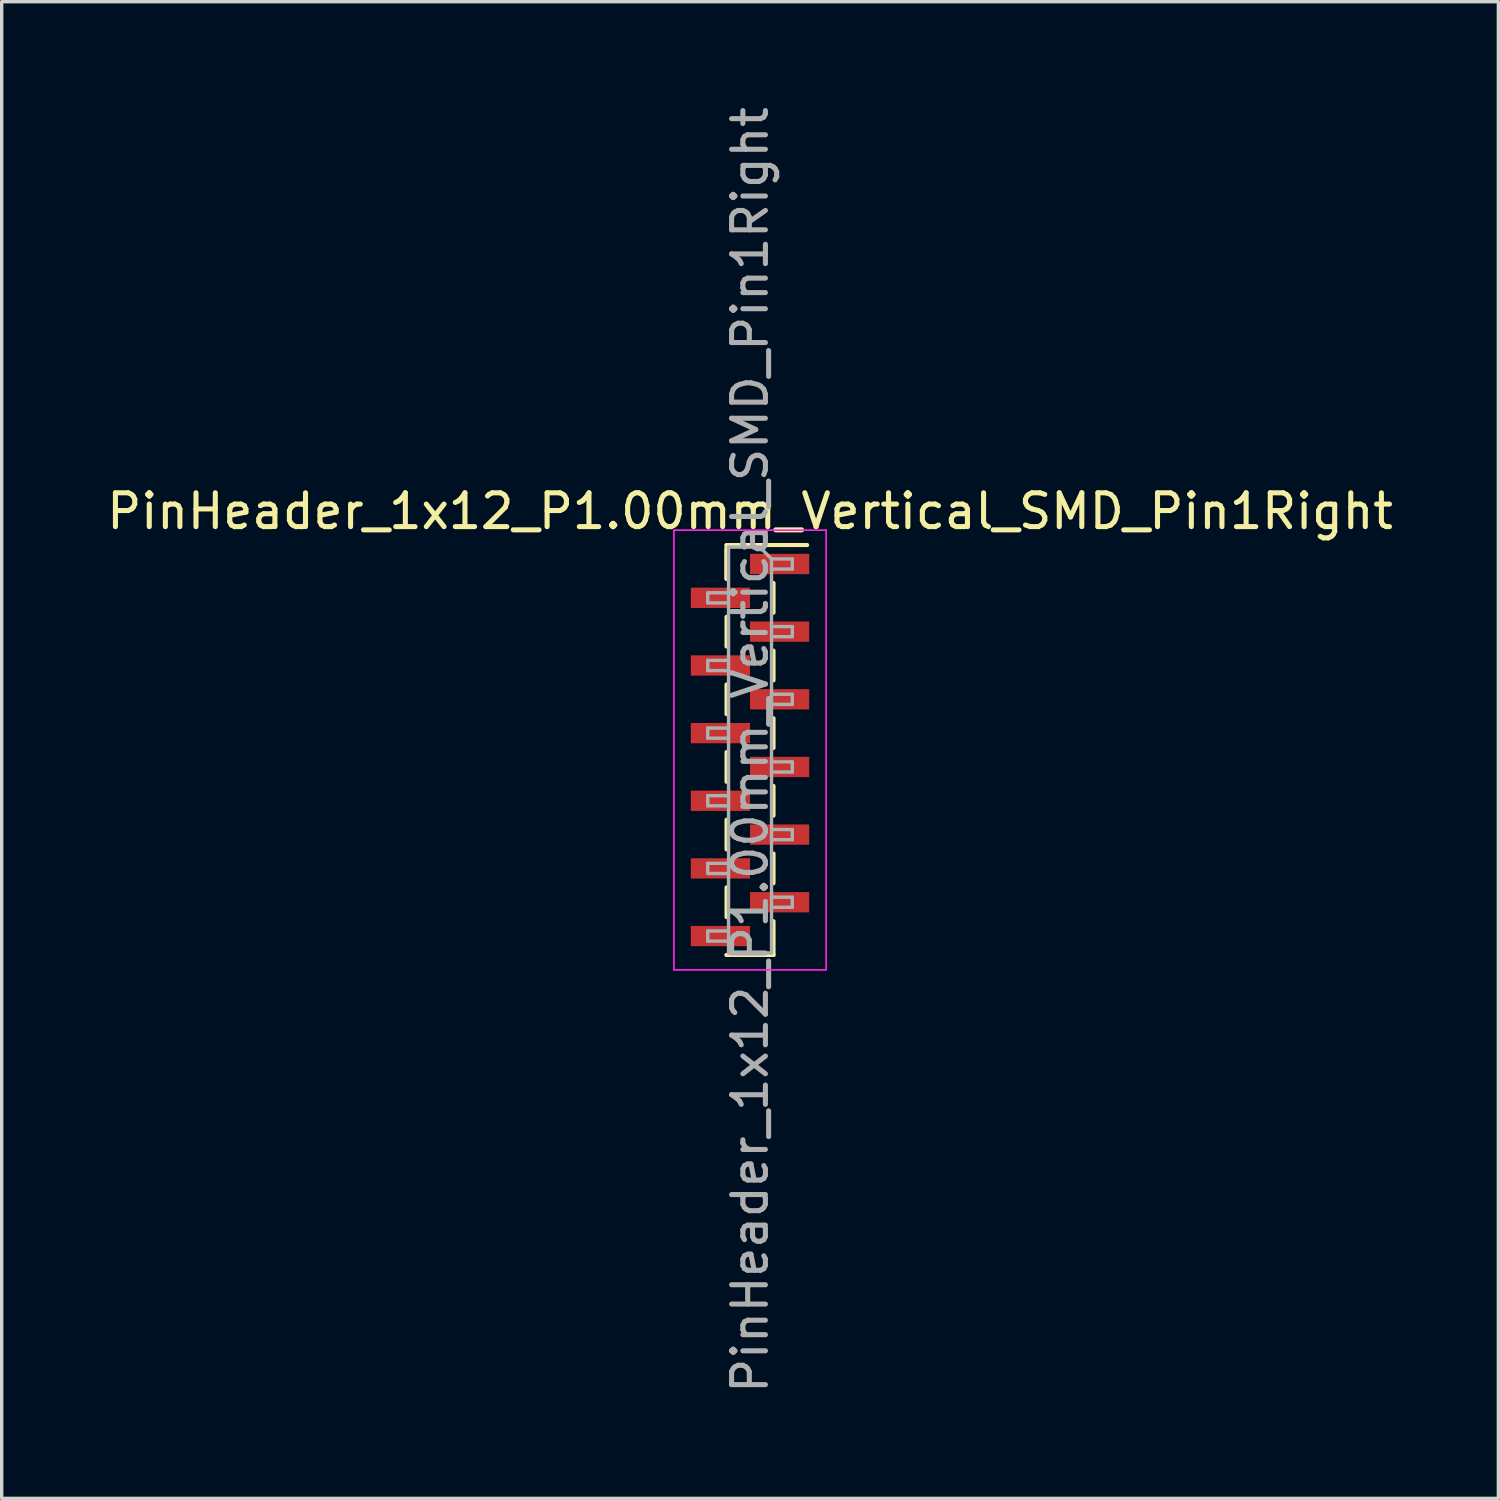
<source format=kicad_pcb>
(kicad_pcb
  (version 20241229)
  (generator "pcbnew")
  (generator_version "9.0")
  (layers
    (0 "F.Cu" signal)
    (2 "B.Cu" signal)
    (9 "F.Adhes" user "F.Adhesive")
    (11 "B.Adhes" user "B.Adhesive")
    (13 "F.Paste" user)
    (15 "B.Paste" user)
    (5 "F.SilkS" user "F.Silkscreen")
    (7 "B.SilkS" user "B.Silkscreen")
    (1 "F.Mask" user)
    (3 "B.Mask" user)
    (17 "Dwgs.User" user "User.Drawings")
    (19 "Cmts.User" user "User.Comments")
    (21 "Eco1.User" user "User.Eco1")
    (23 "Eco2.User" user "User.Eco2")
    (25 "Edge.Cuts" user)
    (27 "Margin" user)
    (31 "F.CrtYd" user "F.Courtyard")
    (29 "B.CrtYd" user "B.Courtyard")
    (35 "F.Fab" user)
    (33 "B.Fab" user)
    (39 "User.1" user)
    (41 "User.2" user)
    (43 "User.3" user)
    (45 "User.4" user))
  (footprint "PinHeader_1x12_P1.00mm_Vertical_SMD_Pin1Right"
    (layer "F.Cu")
    (at 19.125 19.125)
    (property "Reference" "PinHeader_1x12_P1.00mm_Vertical_SMD_Pin1Right" (at 0 -7.06 0) (layer "F.SilkS") (effects (font (size 1 1) (thickness 0.15))))
    (attr smd)
    (fp_line (start -0.695 -6.06) (end -0.695 -5.06) (stroke (width 0.12) (type solid)) (layer "F.SilkS"))
    (fp_line (start -0.695 -6.06) (end 0.695 -6.06) (stroke (width 0.12) (type solid)) (layer "F.SilkS"))
    (fp_line (start -0.695 -5.94) (end -0.695 -5.06) (stroke (width 0.12) (type solid)) (layer "F.SilkS"))
    (fp_line (start -0.695 -3.94) (end -0.695 -3.06) (stroke (width 0.12) (type solid)) (layer "F.SilkS"))
    (fp_line (start -0.695 -1.94) (end -0.695 -1.06) (stroke (width 0.12) (type solid)) (layer "F.SilkS"))
    (fp_line (start -0.695 0.06) (end -0.695 0.94) (stroke (width 0.12) (type solid)) (layer "F.SilkS"))
    (fp_line (start -0.695 2.06) (end -0.695 2.94) (stroke (width 0.12) (type solid)) (layer "F.SilkS"))
    (fp_line (start -0.695 4.06) (end -0.695 4.94) (stroke (width 0.12) (type solid)) (layer "F.SilkS"))
    (fp_line (start -0.695 6.06) (end -0.695 6.06) (stroke (width 0.12) (type solid)) (layer "F.SilkS"))
    (fp_line (start -0.695 6.06) (end 0.695 6.06) (stroke (width 0.12) (type solid)) (layer "F.SilkS"))
    (fp_line (start 0.695 -6.06) (end 0.695 -6.06) (stroke (width 0.12) (type solid)) (layer "F.SilkS"))
    (fp_line (start 0.695 -6.06) (end 1.69 -6.06) (stroke (width 0.12) (type solid)) (layer "F.SilkS"))
    (fp_line (start 0.695 -4.94) (end 0.695 -4.06) (stroke (width 0.12) (type solid)) (layer "F.SilkS"))
    (fp_line (start 0.695 -2.94) (end 0.695 -2.06) (stroke (width 0.12) (type solid)) (layer "F.SilkS"))
    (fp_line (start 0.695 -0.94) (end 0.695 -0.06) (stroke (width 0.12) (type solid)) (layer "F.SilkS"))
    (fp_line (start 0.695 1.06) (end 0.695 1.94) (stroke (width 0.12) (type solid)) (layer "F.SilkS"))
    (fp_line (start 0.695 3.06) (end 0.695 3.94) (stroke (width 0.12) (type solid)) (layer "F.SilkS"))
    (fp_line (start 0.695 5.06) (end 0.695 6.06) (stroke (width 0.12) (type solid)) (layer "F.SilkS"))
    (fp_line (start -2.25 -6.5) (end -2.25 6.5) (stroke (width 0.05) (type solid)) (layer "F.CrtYd"))
    (fp_line (start -2.25 6.5) (end 2.25 6.5) (stroke (width 0.05) (type solid)) (layer "F.CrtYd"))
    (fp_line (start 2.25 -6.5) (end -2.25 -6.5) (stroke (width 0.05) (type solid)) (layer "F.CrtYd"))
    (fp_line (start 2.25 6.5) (end 2.25 -6.5) (stroke (width 0.05) (type solid)) (layer "F.CrtYd"))
    (fp_line (start -1.25 -4.65) (end -1.25 -4.35) (stroke (width 0.1) (type solid)) (layer "F.Fab"))
    (fp_line (start -1.25 -4.35) (end -0.635 -4.35) (stroke (width 0.1) (type solid)) (layer "F.Fab"))
    (fp_line (start -1.25 -2.65) (end -1.25 -2.35) (stroke (width 0.1) (type solid)) (layer "F.Fab"))
    (fp_line (start -1.25 -2.35) (end -0.635 -2.35) (stroke (width 0.1) (type solid)) (layer "F.Fab"))
    (fp_line (start -1.25 -0.65) (end -1.25 -0.35) (stroke (width 0.1) (type solid)) (layer "F.Fab"))
    (fp_line (start -1.25 -0.35) (end -0.635 -0.35) (stroke (width 0.1) (type solid)) (layer "F.Fab"))
    (fp_line (start -1.25 1.35) (end -1.25 1.65) (stroke (width 0.1) (type solid)) (layer "F.Fab"))
    (fp_line (start -1.25 1.65) (end -0.635 1.65) (stroke (width 0.1) (type solid)) (layer "F.Fab"))
    (fp_line (start -1.25 3.35) (end -1.25 3.65) (stroke (width 0.1) (type solid)) (layer "F.Fab"))
    (fp_line (start -1.25 3.65) (end -0.635 3.65) (stroke (width 0.1) (type solid)) (layer "F.Fab"))
    (fp_line (start -1.25 5.35) (end -1.25 5.65) (stroke (width 0.1) (type solid)) (layer "F.Fab"))
    (fp_line (start -1.25 5.65) (end -0.635 5.65) (stroke (width 0.1) (type solid)) (layer "F.Fab"))
    (fp_line (start -0.635 -6) (end -0.635 6) (stroke (width 0.1) (type solid)) (layer "F.Fab"))
    (fp_line (start -0.635 -6) (end 0.285 -6) (stroke (width 0.1) (type solid)) (layer "F.Fab"))
    (fp_line (start -0.635 -4.65) (end -1.25 -4.65) (stroke (width 0.1) (type solid)) (layer "F.Fab"))
    (fp_line (start -0.635 -2.65) (end -1.25 -2.65) (stroke (width 0.1) (type solid)) (layer "F.Fab"))
    (fp_line (start -0.635 -0.65) (end -1.25 -0.65) (stroke (width 0.1) (type solid)) (layer "F.Fab"))
    (fp_line (start -0.635 1.35) (end -1.25 1.35) (stroke (width 0.1) (type solid)) (layer "F.Fab"))
    (fp_line (start -0.635 3.35) (end -1.25 3.35) (stroke (width 0.1) (type solid)) (layer "F.Fab"))
    (fp_line (start -0.635 5.35) (end -1.25 5.35) (stroke (width 0.1) (type solid)) (layer "F.Fab"))
    (fp_line (start 0.635 -5.65) (end 0.285 -6) (stroke (width 0.1) (type solid)) (layer "F.Fab"))
    (fp_line (start 0.635 -5.65) (end 1.25 -5.65) (stroke (width 0.1) (type solid)) (layer "F.Fab"))
    (fp_line (start 0.635 -3.65) (end 1.25 -3.65) (stroke (width 0.1) (type solid)) (layer "F.Fab"))
    (fp_line (start 0.635 -1.65) (end 1.25 -1.65) (stroke (width 0.1) (type solid)) (layer "F.Fab"))
    (fp_line (start 0.635 0.35) (end 1.25 0.35) (stroke (width 0.1) (type solid)) (layer "F.Fab"))
    (fp_line (start 0.635 2.35) (end 1.25 2.35) (stroke (width 0.1) (type solid)) (layer "F.Fab"))
    (fp_line (start 0.635 4.35) (end 1.25 4.35) (stroke (width 0.1) (type solid)) (layer "F.Fab"))
    (fp_line (start 0.635 6) (end -0.635 6) (stroke (width 0.1) (type solid)) (layer "F.Fab"))
    (fp_line (start 0.635 6) (end 0.635 -5.65) (stroke (width 0.1) (type solid)) (layer "F.Fab"))
    (fp_line (start 1.25 -5.65) (end 1.25 -5.35) (stroke (width 0.1) (type solid)) (layer "F.Fab"))
    (fp_line (start 1.25 -5.35) (end 0.635 -5.35) (stroke (width 0.1) (type solid)) (layer "F.Fab"))
    (fp_line (start 1.25 -3.65) (end 1.25 -3.35) (stroke (width 0.1) (type solid)) (layer "F.Fab"))
    (fp_line (start 1.25 -3.35) (end 0.635 -3.35) (stroke (width 0.1) (type solid)) (layer "F.Fab"))
    (fp_line (start 1.25 -1.65) (end 1.25 -1.35) (stroke (width 0.1) (type solid)) (layer "F.Fab"))
    (fp_line (start 1.25 -1.35) (end 0.635 -1.35) (stroke (width 0.1) (type solid)) (layer "F.Fab"))
    (fp_line (start 1.25 0.35) (end 1.25 0.65) (stroke (width 0.1) (type solid)) (layer "F.Fab"))
    (fp_line (start 1.25 0.65) (end 0.635 0.65) (stroke (width 0.1) (type solid)) (layer "F.Fab"))
    (fp_line (start 1.25 2.35) (end 1.25 2.65) (stroke (width 0.1) (type solid)) (layer "F.Fab"))
    (fp_line (start 1.25 2.65) (end 0.635 2.65) (stroke (width 0.1) (type solid)) (layer "F.Fab"))
    (fp_line (start 1.25 4.35) (end 1.25 4.65) (stroke (width 0.1) (type solid)) (layer "F.Fab"))
    (fp_line (start 1.25 4.65) (end 0.635 4.65) (stroke (width 0.1) (type solid)) (layer "F.Fab"))
    (fp_text user "${REFERENCE}" (at 0 0 90) (layer "F.Fab") (effects (font (size 1 1) (thickness 0.15))))
    (pad "1" smd rect (at 0.875 -5.5) (size 1.75 0.6) (layers "F.Cu" "F.Mask" "F.Paste"))
    (pad "2" smd rect (at -0.875 -4.5) (size 1.75 0.6) (layers "F.Cu" "F.Mask" "F.Paste"))
    (pad "3" smd rect (at 0.875 -3.5) (size 1.75 0.6) (layers "F.Cu" "F.Mask" "F.Paste"))
    (pad "4" smd rect (at -0.875 -2.5) (size 1.75 0.6) (layers "F.Cu" "F.Mask" "F.Paste"))
    (pad "5" smd rect (at 0.875 -1.5) (size 1.75 0.6) (layers "F.Cu" "F.Mask" "F.Paste"))
    (pad "6" smd rect (at -0.875 -0.5) (size 1.75 0.6) (layers "F.Cu" "F.Mask" "F.Paste"))
    (pad "7" smd rect (at 0.875 0.5) (size 1.75 0.6) (layers "F.Cu" "F.Mask" "F.Paste"))
    (pad "8" smd rect (at -0.875 1.5) (size 1.75 0.6) (layers "F.Cu" "F.Mask" "F.Paste"))
    (pad "9" smd rect (at 0.875 2.5) (size 1.75 0.6) (layers "F.Cu" "F.Mask" "F.Paste"))
    (pad "10" smd rect (at -0.875 3.5) (size 1.75 0.6) (layers "F.Cu" "F.Mask" "F.Paste"))
    (pad "11" smd rect (at 0.875 4.5) (size 1.75 0.6) (layers "F.Cu" "F.Mask" "F.Paste"))
    (pad "12" smd rect (at -0.875 5.5) (size 1.75 0.6) (layers "F.Cu" "F.Mask" "F.Paste")))
  (gr_rect
    (start -3 -3)
    (end 41.25 41.25)
    (stroke (width 0.1) (type default))
    (fill no)
    (layer "Edge.Cuts")))
</source>
